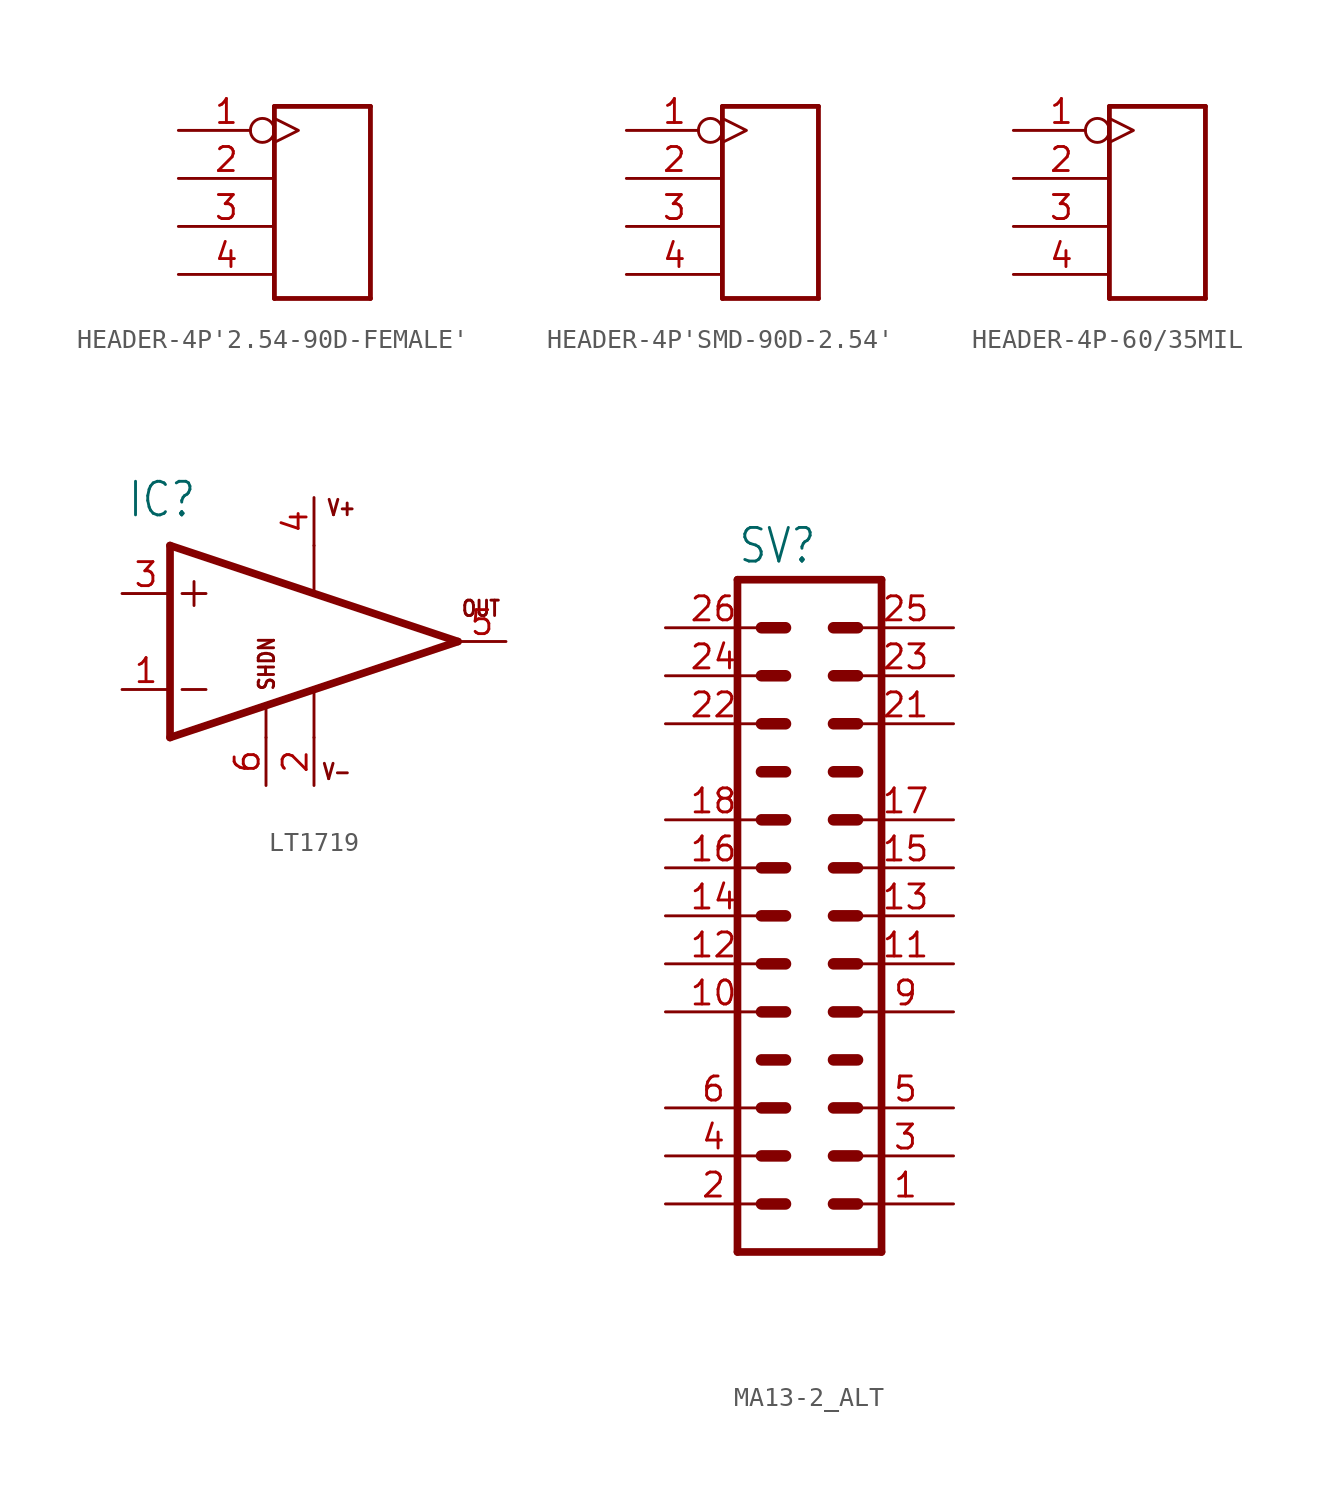
<source format=kicad_sym>
(kicad_symbol_lib
  (version 20220914)
  (generator kicad_symbol_editor)
  (symbol "HEADER-4P'2.54-90D-FEMALE'"
    (property "Reference" "J"
      (at -3.81 5.08 0)
      (effects (font (size 1.27 1.079)) (justify left bottom) hide))
    (property "ki_locked" ""
      (at 0 0 0)
      (effects (font (size 1.27 1.27))))
    (symbol "HEADER-4P'2.54-90D-FEMALE'_1_0"
      (polyline (pts (xy -2.54 -5.08) (xy -2.54 5.08)) (stroke (width 0.254) (type solid)) (fill (type none)))
      (polyline (pts (xy -2.54 5.08) (xy 2.54 5.08)) (stroke (width 0.254) (type solid)) (fill (type none)))
      (polyline (pts (xy 2.54 -5.08) (xy -2.54 -5.08)) (stroke (width 0.254) (type solid)) (fill (type none)))
      (polyline (pts (xy 2.54 5.08) (xy 2.54 -5.08)) (stroke (width 0.254) (type solid)) (fill (type none)))
      (pin bidirectional inverted_clock (at -7.62 3.81 0) (length 5.08) (name "P$1" (effects (font (size 0 0)))) (number "1" (effects (font (size 1.27 1.27)))))
      (pin bidirectional line (at -7.62 1.27 0) (length 5.08) (name "P$2" (effects (font (size 0 0)))) (number "2" (effects (font (size 1.27 1.27)))))
      (pin bidirectional line (at -7.62 -1.27 0) (length 5.08) (name "P$3" (effects (font (size 0 0)))) (number "3" (effects (font (size 1.27 1.27)))))
      (pin bidirectional line (at -7.62 -3.81 0) (length 5.08) (name "P$4" (effects (font (size 0 0)))) (number "4" (effects (font (size 1.27 1.27)))))))
  (symbol "HEADER-4P'SMD-90D-2.54'"
    (property "Reference" "J"
      (at -3.81 5.08 0)
      (effects (font (size 1.27 1.079)) (justify left bottom) hide))
    (property "ki_locked" ""
      (at 0 0 0)
      (effects (font (size 1.27 1.27))))
    (symbol "HEADER-4P'SMD-90D-2.54'_1_0"
      (polyline (pts (xy -2.54 -5.08) (xy -2.54 5.08)) (stroke (width 0.254) (type solid)) (fill (type none)))
      (polyline (pts (xy -2.54 5.08) (xy 2.54 5.08)) (stroke (width 0.254) (type solid)) (fill (type none)))
      (polyline (pts (xy 2.54 -5.08) (xy -2.54 -5.08)) (stroke (width 0.254) (type solid)) (fill (type none)))
      (polyline (pts (xy 2.54 5.08) (xy 2.54 -5.08)) (stroke (width 0.254) (type solid)) (fill (type none)))
      (pin bidirectional inverted_clock (at -7.62 3.81 0) (length 5.08) (name "P$1" (effects (font (size 0 0)))) (number "1" (effects (font (size 1.27 1.27)))))
      (pin bidirectional line (at -7.62 1.27 0) (length 5.08) (name "P$2" (effects (font (size 0 0)))) (number "2" (effects (font (size 1.27 1.27)))))
      (pin bidirectional line (at -7.62 -1.27 0) (length 5.08) (name "P$3" (effects (font (size 0 0)))) (number "3" (effects (font (size 1.27 1.27)))))
      (pin bidirectional line (at -7.62 -3.81 0) (length 5.08) (name "P$4" (effects (font (size 0 0)))) (number "4" (effects (font (size 1.27 1.27)))))))
  (symbol "HEADER-4P-60/35MIL"
    (property "Reference" "J"
      (at -3.81 5.08 0)
      (effects (font (size 1.27 1.079)) (justify left bottom) hide))
    (property "ki_locked" ""
      (at 0 0 0)
      (effects (font (size 1.27 1.27))))
    (symbol "HEADER-4P-60/35MIL_1_0"
      (polyline (pts (xy -2.54 -5.08) (xy -2.54 5.08)) (stroke (width 0.254) (type solid)) (fill (type none)))
      (polyline (pts (xy -2.54 5.08) (xy 2.54 5.08)) (stroke (width 0.254) (type solid)) (fill (type none)))
      (polyline (pts (xy 2.54 -5.08) (xy -2.54 -5.08)) (stroke (width 0.254) (type solid)) (fill (type none)))
      (polyline (pts (xy 2.54 5.08) (xy 2.54 -5.08)) (stroke (width 0.254) (type solid)) (fill (type none)))
      (pin bidirectional inverted_clock (at -7.62 3.81 0) (length 5.08) (name "P$1" (effects (font (size 0 0)))) (number "1" (effects (font (size 1.27 1.27)))))
      (pin bidirectional line (at -7.62 1.27 0) (length 5.08) (name "P$2" (effects (font (size 0 0)))) (number "2" (effects (font (size 1.27 1.27)))))
      (pin bidirectional line (at -7.62 -1.27 0) (length 5.08) (name "P$3" (effects (font (size 0 0)))) (number "3" (effects (font (size 1.27 1.27)))))
      (pin bidirectional line (at -7.62 -3.81 0) (length 5.08) (name "P$4" (effects (font (size 0 0)))) (number "4" (effects (font (size 1.27 1.27)))))))
  (symbol "LT1719"
    (property "Reference" "IC"
      (at -9.906 6.477 0)
      (effects (font (size 1.778 1.511)) (justify left bottom)))
    (property "Value" ""
      (at 3.302 5.08 0)
      (effects (font (size 1.778 1.511)) (justify left bottom)))
    (property "ki_locked" ""
      (at 0 0 0)
      (effects (font (size 1.27 1.27))))
    (symbol "LT1719_1_0"
      (polyline (pts (xy -7.62 -5.08) (xy 7.62 0)) (stroke (width 0.406) (type solid)) (fill (type none)))
      (polyline (pts (xy -7.62 5.08) (xy -7.62 -5.08)) (stroke (width 0.406) (type solid)) (fill (type none)))
      (polyline (pts (xy -6.985 -2.54) (xy -5.715 -2.54)) (stroke (width 0.152) (type solid)) (fill (type none)))
      (polyline (pts (xy -6.985 2.54) (xy -5.715 2.54)) (stroke (width 0.152) (type solid)) (fill (type none)))
      (polyline (pts (xy -6.35 3.175) (xy -6.35 1.905)) (stroke (width 0.152) (type solid)) (fill (type none)))
      (polyline (pts (xy -2.54 -3.378) (xy -2.54 -5.08)) (stroke (width 0.152) (type solid)) (fill (type none)))
      (polyline (pts (xy 0 -2.616) (xy 0 -5.08)) (stroke (width 0.152) (type solid)) (fill (type none)))
      (polyline (pts (xy 0 5.08) (xy 0 2.616)) (stroke (width 0.152) (type solid)) (fill (type none)))
      (polyline (pts (xy 7.62 0) (xy -7.62 5.08)) (stroke (width 0.406) (type solid)) (fill (type none)))
      (text "OUT" (at 7.747 1.27 0) (effects (font (size 0.813 0.691)) (justify left bottom)))
      (text "SHDN" (at -2.032 -2.667 900) (effects (font (size 0.813 0.691)) (justify left bottom)))
      (text "V+" (at 0.635 6.604 0) (effects (font (size 0.813 0.691)) (justify left bottom)))
      (text "V-" (at 0.381 -7.366 0) (effects (font (size 0.813 0.691)) (justify left bottom)))
      (pin input line (at -10.16 -2.54 0) (length 2.54) (name "-IN" (effects (font (size 0 0)))) (number "1" (effects (font (size 1.27 1.27)))))
      (pin power_in line (at 0 -7.62 90) (length 2.54) (name "V-" (effects (font (size 0 0)))) (number "2" (effects (font (size 1.27 1.27)))))
      (pin input line (at -10.16 2.54 0) (length 2.54) (name "+IN" (effects (font (size 0 0)))) (number "3" (effects (font (size 1.27 1.27)))))
      (pin power_in line (at 0 7.62 270) (length 2.54) (name "V+" (effects (font (size 0 0)))) (number "4" (effects (font (size 1.27 1.27)))))
      (pin output line (at 10.16 0 180) (length 2.54) (name "OUT" (effects (font (size 0 0)))) (number "5" (effects (font (size 1.27 1.27)))))
      (pin input line (at -2.54 -7.62 90) (length 2.54) (name "SHDN" (effects (font (size 0 0)))) (number "6" (effects (font (size 1.27 1.27)))))))
  (symbol "MA13-2_ALT"
    (property "Reference" "SV"
      (at -3.81 18.542 0)
      (effects (font (size 1.778 1.511)) (justify left bottom)))
    (property "Value" ""
      (at -3.81 -20.32 0)
      (effects (font (size 1.778 1.511)) (justify left bottom)))
    (property "ki_locked" ""
      (at 0 0 0)
      (effects (font (size 1.27 1.27))))
    (symbol "MA13-2_ALT_1_0"
      (polyline (pts (xy -3.81 17.78) (xy -3.81 -17.78)) (stroke (width 0.406) (type solid)) (fill (type none)))
      (polyline (pts (xy -3.81 17.78) (xy 3.81 17.78)) (stroke (width 0.406) (type solid)) (fill (type none)))
      (polyline (pts (xy -2.54 -15.24) (xy -1.27 -15.24)) (stroke (width 0.61) (type solid)) (fill (type none)))
      (polyline (pts (xy -2.54 -12.7) (xy -1.27 -12.7)) (stroke (width 0.61) (type solid)) (fill (type none)))
      (polyline (pts (xy -2.54 -10.16) (xy -1.27 -10.16)) (stroke (width 0.61) (type solid)) (fill (type none)))
      (polyline (pts (xy -2.54 -7.62) (xy -1.27 -7.62)) (stroke (width 0.61) (type solid)) (fill (type none)))
      (polyline (pts (xy -2.54 -5.08) (xy -1.27 -5.08)) (stroke (width 0.61) (type solid)) (fill (type none)))
      (polyline (pts (xy -2.54 -2.54) (xy -1.27 -2.54)) (stroke (width 0.61) (type solid)) (fill (type none)))
      (polyline (pts (xy -2.54 0) (xy -1.27 0)) (stroke (width 0.61) (type solid)) (fill (type none)))
      (polyline (pts (xy -2.54 2.54) (xy -1.27 2.54)) (stroke (width 0.61) (type solid)) (fill (type none)))
      (polyline (pts (xy -2.54 5.08) (xy -1.27 5.08)) (stroke (width 0.61) (type solid)) (fill (type none)))
      (polyline (pts (xy -2.54 7.62) (xy -1.27 7.62)) (stroke (width 0.61) (type solid)) (fill (type none)))
      (polyline (pts (xy -2.54 10.16) (xy -1.27 10.16)) (stroke (width 0.61) (type solid)) (fill (type none)))
      (polyline (pts (xy -2.54 12.7) (xy -1.27 12.7)) (stroke (width 0.61) (type solid)) (fill (type none)))
      (polyline (pts (xy -2.54 15.24) (xy -1.27 15.24)) (stroke (width 0.61) (type solid)) (fill (type none)))
      (polyline (pts (xy 1.27 -15.24) (xy 2.54 -15.24)) (stroke (width 0.61) (type solid)) (fill (type none)))
      (polyline (pts (xy 1.27 -12.7) (xy 2.54 -12.7)) (stroke (width 0.61) (type solid)) (fill (type none)))
      (polyline (pts (xy 1.27 -10.16) (xy 2.54 -10.16)) (stroke (width 0.61) (type solid)) (fill (type none)))
      (polyline (pts (xy 1.27 -7.62) (xy 2.54 -7.62)) (stroke (width 0.61) (type solid)) (fill (type none)))
      (polyline (pts (xy 1.27 -5.08) (xy 2.54 -5.08)) (stroke (width 0.61) (type solid)) (fill (type none)))
      (polyline (pts (xy 1.27 -2.54) (xy 2.54 -2.54)) (stroke (width 0.61) (type solid)) (fill (type none)))
      (polyline (pts (xy 1.27 0) (xy 2.54 0)) (stroke (width 0.61) (type solid)) (fill (type none)))
      (polyline (pts (xy 1.27 2.54) (xy 2.54 2.54)) (stroke (width 0.61) (type solid)) (fill (type none)))
      (polyline (pts (xy 1.27 5.08) (xy 2.54 5.08)) (stroke (width 0.61) (type solid)) (fill (type none)))
      (polyline (pts (xy 1.27 7.62) (xy 2.54 7.62)) (stroke (width 0.61) (type solid)) (fill (type none)))
      (polyline (pts (xy 1.27 10.16) (xy 2.54 10.16)) (stroke (width 0.61) (type solid)) (fill (type none)))
      (polyline (pts (xy 1.27 12.7) (xy 2.54 12.7)) (stroke (width 0.61) (type solid)) (fill (type none)))
      (polyline (pts (xy 1.27 15.24) (xy 2.54 15.24)) (stroke (width 0.61) (type solid)) (fill (type none)))
      (polyline (pts (xy 3.81 -17.78) (xy -3.81 -17.78)) (stroke (width 0.406) (type solid)) (fill (type none)))
      (polyline (pts (xy 3.81 -17.78) (xy 3.81 17.78)) (stroke (width 0.406) (type solid)) (fill (type none)))
      (pin passive line (at 7.62 -15.24 180) (length 5.08) (name "1" (effects (font (size 0 0)))) (number "1" (effects (font (size 1.27 1.27)))))
      (pin passive line (at -7.62 -5.08 0) (length 5.08) (name "10" (effects (font (size 0 0)))) (number "10" (effects (font (size 1.27 1.27)))))
      (pin passive line (at 7.62 -2.54 180) (length 5.08) (name "11" (effects (font (size 0 0)))) (number "11" (effects (font (size 1.27 1.27)))))
      (pin passive line (at -7.62 -2.54 0) (length 5.08) (name "12" (effects (font (size 0 0)))) (number "12" (effects (font (size 1.27 1.27)))))
      (pin passive line (at 7.62 0 180) (length 5.08) (name "13" (effects (font (size 0 0)))) (number "13" (effects (font (size 1.27 1.27)))))
      (pin passive line (at -7.62 0 0) (length 5.08) (name "14" (effects (font (size 0 0)))) (number "14" (effects (font (size 1.27 1.27)))))
      (pin passive line (at 7.62 2.54 180) (length 5.08) (name "15" (effects (font (size 0 0)))) (number "15" (effects (font (size 1.27 1.27)))))
      (pin passive line (at -7.62 2.54 0) (length 5.08) (name "16" (effects (font (size 0 0)))) (number "16" (effects (font (size 1.27 1.27)))))
      (pin passive line (at 7.62 5.08 180) (length 5.08) (name "17" (effects (font (size 0 0)))) (number "17" (effects (font (size 1.27 1.27)))))
      (pin passive line (at -7.62 5.08 0) (length 5.08) (name "18" (effects (font (size 0 0)))) (number "18" (effects (font (size 1.27 1.27)))))
      (pin passive line (at -7.62 -15.24 0) (length 5.08) (name "2" (effects (font (size 0 0)))) (number "2" (effects (font (size 1.27 1.27)))))
      (pin passive line (at 7.62 10.16 180) (length 5.08) (name "21" (effects (font (size 0 0)))) (number "21" (effects (font (size 1.27 1.27)))))
      (pin passive line (at -7.62 10.16 0) (length 5.08) (name "22" (effects (font (size 0 0)))) (number "22" (effects (font (size 1.27 1.27)))))
      (pin passive line (at 7.62 12.7 180) (length 5.08) (name "23" (effects (font (size 0 0)))) (number "23" (effects (font (size 1.27 1.27)))))
      (pin passive line (at -7.62 12.7 0) (length 5.08) (name "24" (effects (font (size 0 0)))) (number "24" (effects (font (size 1.27 1.27)))))
      (pin passive line (at 7.62 15.24 180) (length 5.08) (name "25" (effects (font (size 0 0)))) (number "25" (effects (font (size 1.27 1.27)))))
      (pin passive line (at -7.62 15.24 0) (length 5.08) (name "26" (effects (font (size 0 0)))) (number "26" (effects (font (size 1.27 1.27)))))
      (pin passive line (at 7.62 -12.7 180) (length 5.08) (name "3" (effects (font (size 0 0)))) (number "3" (effects (font (size 1.27 1.27)))))
      (pin passive line (at -7.62 -12.7 0) (length 5.08) (name "4" (effects (font (size 0 0)))) (number "4" (effects (font (size 1.27 1.27)))))
      (pin passive line (at 7.62 -10.16 180) (length 5.08) (name "5" (effects (font (size 0 0)))) (number "5" (effects (font (size 1.27 1.27)))))
      (pin passive line (at -7.62 -10.16 0) (length 5.08) (name "6" (effects (font (size 0 0)))) (number "6" (effects (font (size 1.27 1.27)))))
      (pin passive line (at 7.62 -5.08 180) (length 5.08) (name "9" (effects (font (size 0 0)))) (number "9" (effects (font (size 1.27 1.27))))))))
</source>
